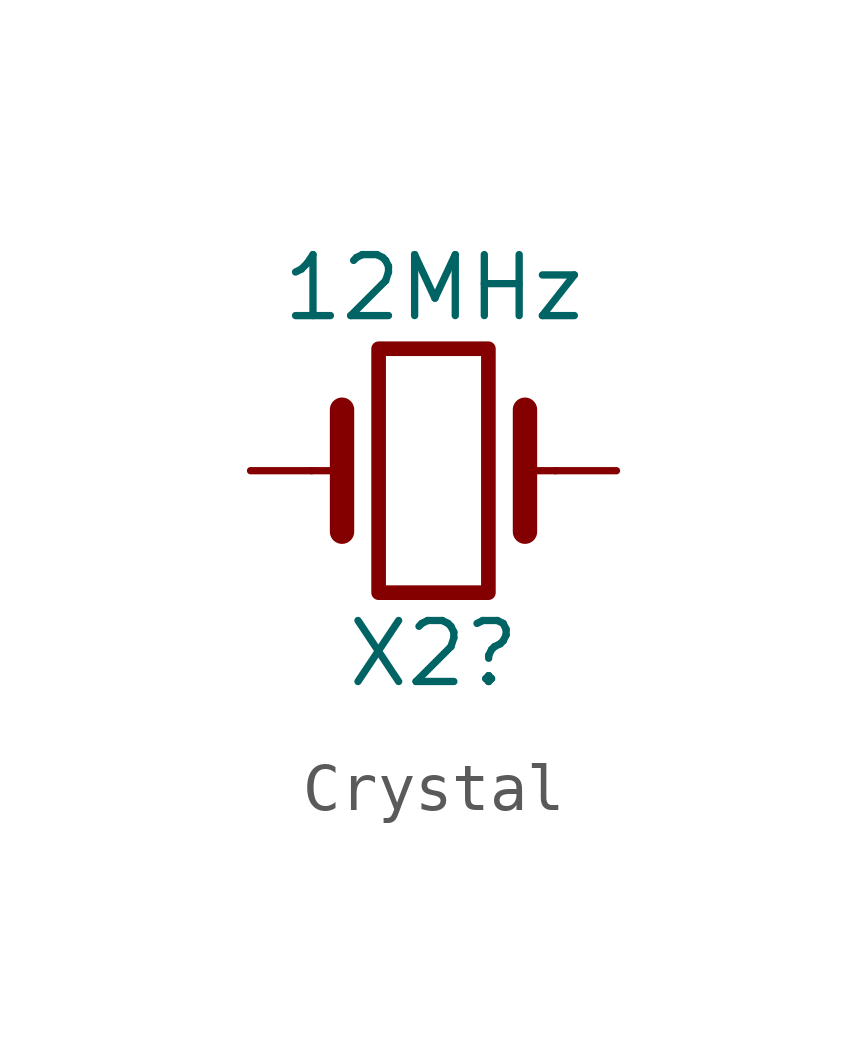
<source format=kicad_sym>
(kicad_symbol_lib
  (version 20211014)
  (generator kicad_symbol_editor)
  (symbol "Crystal"
    (pin_numbers hide)
    (pin_names
      (offset 1.016) hide)
    (property "Reference" "X2"
      (at 0 -3.81 0)
      (effects (font (size 1.27 1.27))))
    (property "Value" "12MHz"
      (at 0 3.81 0)
      (effects (font (size 1.27 1.27))))
    (symbol "Crystal_0_1"
      (rectangle (start -1.143 2.54) (end 1.143 -2.54) (stroke (width 0.305) (type default) (color 0 0 0 0)) (fill (type none)))
      (polyline (pts (xy -2.54 0) (xy -1.905 0)) (stroke (width 0) (type default) (color 0 0 0 0)) (fill (type none)))
      (polyline (pts (xy -1.905 -1.27) (xy -1.905 1.27)) (stroke (width 0.508) (type default) (color 0 0 0 0)) (fill (type none)))
      (polyline (pts (xy 1.905 -1.27) (xy 1.905 1.27)) (stroke (width 0.508) (type default) (color 0 0 0 0)) (fill (type none)))
      (polyline (pts (xy 2.54 0) (xy 1.905 0)) (stroke (width 0) (type default) (color 0 0 0 0)) (fill (type none))))
    (symbol "Crystal_1_1"
      (pin passive line (at -3.81 0 0) (length 1.27) (name "1" (effects (font (size 1.27 1.27)))) (number "1" (effects (font (size 1.27 1.27)))))
      (pin passive line (at 3.81 0 180) (length 1.27) (name "2" (effects (font (size 1.27 1.27)))) (number "2" (effects (font (size 1.27 1.27))))))))
</source>
